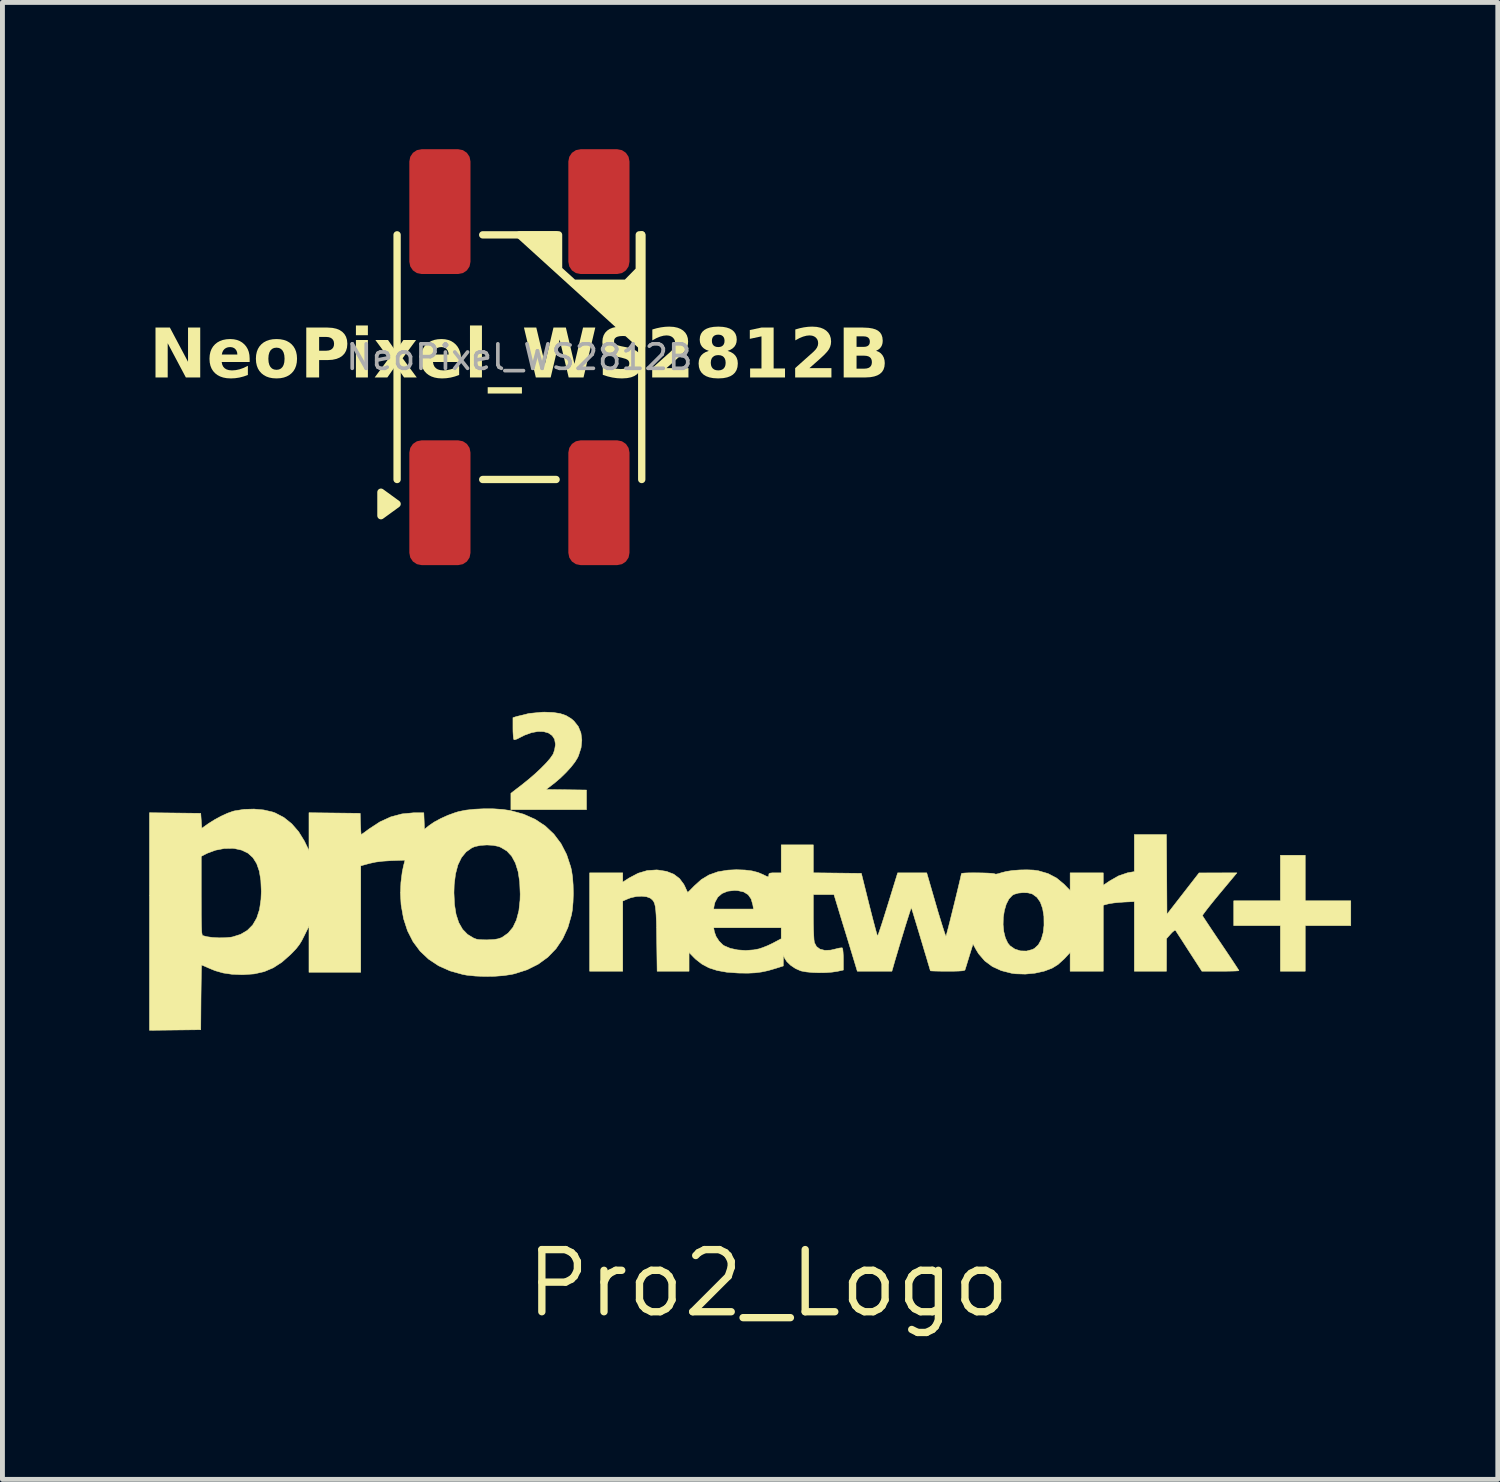
<source format=kicad_pcb>
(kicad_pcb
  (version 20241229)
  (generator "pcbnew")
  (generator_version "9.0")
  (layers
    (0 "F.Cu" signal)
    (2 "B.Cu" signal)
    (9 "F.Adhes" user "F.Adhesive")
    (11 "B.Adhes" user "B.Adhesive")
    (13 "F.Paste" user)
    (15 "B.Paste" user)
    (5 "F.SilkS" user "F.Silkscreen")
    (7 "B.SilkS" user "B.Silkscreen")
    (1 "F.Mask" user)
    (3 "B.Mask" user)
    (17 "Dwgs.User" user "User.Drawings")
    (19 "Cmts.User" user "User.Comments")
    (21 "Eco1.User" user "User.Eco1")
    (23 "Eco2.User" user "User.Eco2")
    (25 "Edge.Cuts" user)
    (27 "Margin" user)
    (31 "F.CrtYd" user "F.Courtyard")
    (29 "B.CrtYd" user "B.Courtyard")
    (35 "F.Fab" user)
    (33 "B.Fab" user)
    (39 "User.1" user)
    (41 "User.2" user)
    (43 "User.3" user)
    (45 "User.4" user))
  (footprint "Pro2_Logo"
    (layer "F.Cu")
    (at 12.151 15.18)
    (property "Reference" "Pro2_Logo" (at 0.5 8 0) (layer "F.SilkS") (effects (font (size 1.27 1.27) (thickness 0.15))))
    (attr through_hole)
    (fp_poly (pts (xy 11.476 0.181) (xy 12.407 0.181) (xy 12.407 0.689) (xy 11.476 0.689) (xy 11.476 1.62) (xy 10.968 1.62) (xy 10.968 0.689) (xy 10.015 0.689) (xy 10.015 0.181) (xy 10.968 0.181) (xy 10.968 -0.75) (xy 11.476 -0.75) (xy 11.476 0.181)) (stroke (width 0.01) (type solid)) (fill yes) (layer "F.SilkS"))
    (fp_poly (pts (xy -3.894 -3.668) (xy -3.752 -3.646) (xy -3.634 -3.606) (xy -3.533 -3.546) (xy -3.471 -3.494) (xy -3.382 -3.382) (xy -3.328 -3.251) (xy -3.309 -3.104) (xy -3.325 -2.946) (xy -3.378 -2.783) (xy -3.397 -2.742) (xy -3.451 -2.654) (xy -3.532 -2.55) (xy -3.634 -2.439) (xy -3.747 -2.329) (xy -3.864 -2.229) (xy -3.894 -2.206) (xy -4.04 -2.094) (xy -3.214 -2.083) (xy -3.214 -1.682) (xy -4.759 -1.682) (xy -4.759 -2.017) (xy -4.531 -2.192) (xy -4.391 -2.305) (xy -4.258 -2.42) (xy -4.138 -2.533) (xy -4.035 -2.638) (xy -3.955 -2.731) (xy -3.903 -2.806) (xy -3.892 -2.825) (xy -3.865 -2.909) (xy -3.85 -3.001) (xy -3.849 -3.022) (xy -3.866 -3.121) (xy -3.915 -3.196) (xy -3.991 -3.249) (xy -4.09 -3.277) (xy -4.206 -3.28) (xy -4.337 -3.256) (xy -4.476 -3.206) (xy -4.564 -3.162) (xy -4.626 -3.13) (xy -4.675 -3.112) (xy -4.696 -3.111) (xy -4.705 -3.136) (xy -4.711 -3.194) (xy -4.716 -3.275) (xy -4.717 -3.343) (xy -4.717 -3.562) (xy -4.648 -3.584) (xy -4.388 -3.648) (xy -4.118 -3.674) (xy -4.069 -3.675) (xy -3.894 -3.668)) (stroke (width 0.01) (type solid)) (fill yes) (layer "F.SilkS"))
    (fp_poly (pts (xy -5.111 -1.699) (xy -4.925 -1.686) (xy -4.762 -1.662) (xy -4.759 -1.661) (xy -4.498 -1.589) (xy -4.264 -1.485) (xy -4.058 -1.349) (xy -3.882 -1.183) (xy -3.735 -0.988) (xy -3.62 -0.765) (xy -3.537 -0.514) (xy -3.52 -0.442) (xy -3.499 -0.305) (xy -3.487 -0.142) (xy -3.483 0.035) (xy -3.489 0.209) (xy -3.503 0.368) (xy -3.52 0.467) (xy -3.594 0.726) (xy -3.7 0.957) (xy -3.837 1.16) (xy -4.005 1.334) (xy -4.202 1.477) (xy -4.428 1.59) (xy -4.681 1.671) (xy -4.748 1.686) (xy -4.908 1.71) (xy -5.094 1.724) (xy -5.291 1.727) (xy -5.485 1.719) (xy -5.661 1.701) (xy -5.743 1.686) (xy -6.004 1.613) (xy -6.237 1.509) (xy -6.441 1.374) (xy -6.615 1.21) (xy -6.759 1.016) (xy -6.872 0.794) (xy -6.953 0.545) (xy -7.002 0.269) (xy -7.004 0.25) (xy -7.016 0.031) (xy -7.015 0.016) (xy -5.923 0.016) (xy -5.912 0.254) (xy -5.88 0.457) (xy -5.825 0.626) (xy -5.747 0.763) (xy -5.645 0.868) (xy -5.519 0.944) (xy -5.457 0.967) (xy -5.413 0.974) (xy -5.339 0.978) (xy -5.249 0.979) (xy -5.214 0.978) (xy -5.102 0.972) (xy -5.021 0.958) (xy -4.956 0.936) (xy -4.937 0.927) (xy -4.815 0.841) (xy -4.717 0.723) (xy -4.645 0.571) (xy -4.596 0.386) (xy -4.572 0.167) (xy -4.569 0.044) (xy -4.579 -0.203) (xy -4.611 -0.413) (xy -4.666 -0.589) (xy -4.742 -0.73) (xy -4.841 -0.837) (xy -4.964 -0.911) (xy -5.011 -0.93) (xy -5.122 -0.953) (xy -5.249 -0.96) (xy -5.378 -0.952) (xy -5.493 -0.928) (xy -5.555 -0.903) (xy -5.674 -0.819) (xy -5.769 -0.703) (xy -5.842 -0.552) (xy -5.891 -0.367) (xy -5.918 -0.148) (xy -5.923 0.016) (xy -7.015 0.016) (xy -7.007 -0.193) (xy -6.98 -0.407) (xy -6.953 -0.536) (xy -6.923 -0.65) (xy -7.201 -0.64) (xy -7.375 -0.629) (xy -7.52 -0.611) (xy -7.646 -0.584) (xy -7.653 -0.582) (xy -7.828 -0.534) (xy -7.828 1.642) (xy -8.886 1.642) (xy -8.886 1.171) (xy -8.886 0.7) (xy -8.985 0.9) (xy -9.036 1) (xy -9.086 1.08) (xy -9.145 1.156) (xy -9.223 1.239) (xy -9.265 1.281) (xy -9.439 1.435) (xy -9.616 1.55) (xy -9.802 1.629) (xy -10.005 1.675) (xy -10.231 1.691) (xy -10.262 1.691) (xy -10.464 1.682) (xy -10.64 1.656) (xy -10.805 1.609) (xy -10.931 1.557) (xy -11.001 1.526) (xy -11.053 1.504) (xy -11.079 1.494) (xy -11.08 1.493) (xy -11.082 1.514) (xy -11.084 1.571) (xy -11.086 1.661) (xy -11.088 1.778) (xy -11.09 1.917) (xy -11.092 2.073) (xy -11.093 2.155) (xy -11.098 2.816) (xy -12.146 2.828) (xy -12.146 -0.728) (xy -11.088 -0.728) (xy -11.088 0.076) (xy -11.087 0.287) (xy -11.087 0.459) (xy -11.085 0.596) (xy -11.083 0.702) (xy -11.08 0.78) (xy -11.076 0.835) (xy -11.07 0.869) (xy -11.064 0.887) (xy -11.058 0.892) (xy -10.97 0.915) (xy -10.854 0.931) (xy -10.725 0.938) (xy -10.596 0.936) (xy -10.482 0.925) (xy -10.448 0.919) (xy -10.283 0.867) (xy -10.146 0.786) (xy -10.036 0.675) (xy -9.954 0.534) (xy -9.897 0.36) (xy -9.867 0.154) (xy -9.86 -0.012) (xy -9.87 -0.236) (xy -9.901 -0.425) (xy -9.955 -0.58) (xy -10.032 -0.702) (xy -10.133 -0.793) (xy -10.259 -0.854) (xy -10.411 -0.888) (xy -10.448 -0.891) (xy -10.617 -0.888) (xy -10.794 -0.854) (xy -10.96 -0.793) (xy -10.982 -0.782) (xy -11.088 -0.728) (xy -12.146 -0.728) (xy -12.146 -1.619) (xy -11.622 -1.613) (xy -11.098 -1.607) (xy -11.077 -1.301) (xy -10.94 -1.398) (xy -10.816 -1.476) (xy -10.683 -1.548) (xy -10.553 -1.608) (xy -10.438 -1.649) (xy -10.41 -1.656) (xy -10.214 -1.688) (xy -10.009 -1.694) (xy -9.811 -1.676) (xy -9.63 -1.634) (xy -9.577 -1.615) (xy -9.4 -1.523) (xy -9.239 -1.394) (xy -9.098 -1.232) (xy -8.979 -1.039) (xy -8.961 -1.001) (xy -8.886 -0.847) (xy -8.886 -1.619) (xy -8.362 -1.613) (xy -7.839 -1.607) (xy -7.833 -1.391) (xy -7.829 -1.3) (xy -7.825 -1.229) (xy -7.821 -1.184) (xy -7.818 -1.174) (xy -7.799 -1.185) (xy -7.753 -1.217) (xy -7.691 -1.263) (xy -7.656 -1.289) (xy -7.437 -1.432) (xy -7.214 -1.534) (xy -6.985 -1.595) (xy -6.745 -1.618) (xy -6.725 -1.618) (xy -6.539 -1.618) (xy -6.532 -1.449) (xy -6.526 -1.28) (xy -6.431 -1.357) (xy -6.327 -1.428) (xy -6.194 -1.5) (xy -6.046 -1.567) (xy -5.897 -1.621) (xy -5.828 -1.642) (xy -5.678 -1.672) (xy -5.501 -1.691) (xy -5.307 -1.7) (xy -5.111 -1.699)) (stroke (width 0.01) (type solid)) (fill yes) (layer "F.SilkS"))
    (fp_poly (pts (xy 8.645 -0.359) (xy 8.65 0.456) (xy 9.306 -0.389) (xy 10.08 -0.39) (xy 9.725 0.036) (xy 9.63 0.151) (xy 9.545 0.256) (xy 9.474 0.346) (xy 9.42 0.417) (xy 9.386 0.464) (xy 9.376 0.483) (xy 9.389 0.506) (xy 9.423 0.558) (xy 9.475 0.637) (xy 9.542 0.738) (xy 9.621 0.856) (xy 9.709 0.987) (xy 9.752 1.05) (xy 9.843 1.185) (xy 9.926 1.309) (xy 9.998 1.417) (xy 10.056 1.505) (xy 10.097 1.568) (xy 10.119 1.603) (xy 10.121 1.608) (xy 10.101 1.612) (xy 10.046 1.616) (xy 9.961 1.618) (xy 9.854 1.62) (xy 9.742 1.62) (xy 9.364 1.62) (xy 9.102 1.215) (xy 9.026 1.097) (xy 8.958 0.991) (xy 8.9 0.902) (xy 8.856 0.834) (xy 8.831 0.794) (xy 8.825 0.786) (xy 8.803 0.787) (xy 8.762 0.82) (xy 8.726 0.858) (xy 8.641 0.954) (xy 8.641 1.287) (xy 8.64 1.62) (xy 7.983 1.62) (xy 7.983 0.197) (xy 7.767 0.207) (xy 7.662 0.215) (xy 7.561 0.225) (xy 7.479 0.238) (xy 7.449 0.244) (xy 7.348 0.271) (xy 7.348 1.62) (xy 6.671 1.62) (xy 6.671 1.237) (xy 6.553 1.365) (xy 6.422 1.484) (xy 6.302 1.558) (xy 6.14 1.619) (xy 5.954 1.66) (xy 5.756 1.679) (xy 5.56 1.673) (xy 5.477 1.662) (xy 5.264 1.608) (xy 5.081 1.524) (xy 4.926 1.409) (xy 4.8 1.263) (xy 4.748 1.178) (xy 4.686 1.064) (xy 4.608 1.316) (xy 4.578 1.414) (xy 4.552 1.499) (xy 4.532 1.562) (xy 4.522 1.593) (xy 4.522 1.594) (xy 4.507 1.604) (xy 4.466 1.612) (xy 4.396 1.617) (xy 4.292 1.62) (xy 4.164 1.62) (xy 4.047 1.62) (xy 3.947 1.618) (xy 3.871 1.616) (xy 3.824 1.613) (xy 3.814 1.61) (xy 3.808 1.589) (xy 3.792 1.534) (xy 3.766 1.449) (xy 3.735 1.342) (xy 3.697 1.218) (xy 3.657 1.083) (xy 3.615 0.943) (xy 3.573 0.803) (xy 3.533 0.671) (xy 3.496 0.55) (xy 3.466 0.449) (xy 3.442 0.372) (xy 3.427 0.325) (xy 3.426 0.32) (xy 3.419 0.336) (xy 3.402 0.386) (xy 3.376 0.466) (xy 3.343 0.57) (xy 3.304 0.693) (xy 3.263 0.829) (xy 3.219 0.973) (xy 3.175 1.118) (xy 3.133 1.261) (xy 3.093 1.394) (xy 3.059 1.513) (xy 3.048 1.552) (xy 3.028 1.62) (xy 2.675 1.62) (xy 2.321 1.62) (xy 2.133 1.001) (xy 2.083 0.837) (xy 2.034 0.679) (xy 1.989 0.532) (xy 1.95 0.403) (xy 1.919 0.3) (xy 1.897 0.229) (xy 1.894 0.218) (xy 1.844 0.054) (xy 1.422 0.054) (xy 1.422 0.504) (xy 1.423 0.646) (xy 1.426 0.776) (xy 1.431 0.889) (xy 1.436 0.975) (xy 1.443 1.028) (xy 1.444 1.034) (xy 1.487 1.116) (xy 1.558 1.169) (xy 1.657 1.194) (xy 1.778 1.189) (xy 1.884 1.164) (xy 1.949 1.148) (xy 1.998 1.142) (xy 2.015 1.144) (xy 2.024 1.17) (xy 2.03 1.228) (xy 2.035 1.309) (xy 2.036 1.377) (xy 2.036 1.596) (xy 1.914 1.623) (xy 1.806 1.639) (xy 1.676 1.649) (xy 1.536 1.651) (xy 1.399 1.646) (xy 1.275 1.634) (xy 1.179 1.616) (xy 1.163 1.612) (xy 1.057 1.565) (xy 0.959 1.499) (xy 0.881 1.424) (xy 0.838 1.357) (xy 0.81 1.292) (xy 0.809 1.403) (xy 0.808 1.513) (xy 0.641 1.566) (xy 0.496 1.608) (xy 0.364 1.636) (xy 0.231 1.653) (xy 0.086 1.66) (xy -0.086 1.658) (xy -0.12 1.657) (xy -0.349 1.64) (xy -0.544 1.605) (xy -0.711 1.551) (xy -0.854 1.475) (xy -0.981 1.376) (xy -1.016 1.342) (xy -1.118 1.237) (xy -1.118 1.62) (xy -1.77 1.62) (xy -1.779 0.97) (xy -1.782 0.768) (xy -1.782 0.731) (xy -0.615 0.731) (xy -0.601 0.811) (xy -0.567 0.908) (xy -0.505 1.004) (xy -0.428 1.081) (xy -0.4 1.1) (xy -0.275 1.153) (xy -0.124 1.185) (xy 0.04 1.196) (xy 0.206 1.184) (xy 0.308 1.164) (xy 0.39 1.137) (xy 0.49 1.097) (xy 0.587 1.051) (xy 0.602 1.043) (xy 0.766 0.956) (xy 0.766 0.731) (xy -0.615 0.731) (xy -1.782 0.731) (xy -1.785 0.605) (xy -1.791 0.475) (xy -1.798 0.374) (xy -1.801 0.35) (xy -0.616 0.35) (xy 0.2 0.35) (xy 0.185 0.261) (xy 0.151 0.143) (xy 0.09 0.056) (xy 0 0) (xy -0.12 -0.027) (xy -0.189 -0.031) (xy -0.329 -0.015) (xy -0.444 0.032) (xy -0.531 0.107) (xy -0.587 0.209) (xy -0.604 0.276) (xy -0.616 0.35) (xy -1.801 0.35) (xy -1.808 0.297) (xy -1.822 0.239) (xy -1.84 0.197) (xy -1.863 0.166) (xy -1.892 0.14) (xy -1.913 0.125) (xy -1.986 0.098) (xy -2.084 0.087) (xy -2.195 0.093) (xy -2.304 0.117) (xy -2.362 0.138) (xy -2.473 0.186) (xy -2.473 1.62) (xy -3.15 1.62) (xy -3.15 -0.39) (xy -2.473 -0.39) (xy -2.473 -0.201) (xy -2.341 -0.286) (xy -2.159 -0.382) (xy -1.974 -0.437) (xy -1.784 -0.45) (xy -1.753 -0.448) (xy -1.577 -0.42) (xy -1.431 -0.363) (xy -1.313 -0.274) (xy -1.225 -0.156) (xy -1.203 -0.112) (xy -1.175 -0.05) (xy -1.154 -0.006) (xy -1.147 0.009) (xy -1.131 -0.002) (xy -1.094 -0.038) (xy -1.041 -0.092) (xy -1.011 -0.123) (xy -0.868 -0.252) (xy -0.709 -0.348) (xy -0.529 -0.412) (xy -0.323 -0.446) (xy -0.152 -0.454) (xy 0.024 -0.448) (xy 0.168 -0.43) (xy 0.292 -0.398) (xy 0.392 -0.356) (xy 0.457 -0.324) (xy 0.493 -0.31) (xy 0.508 -0.314) (xy 0.512 -0.333) (xy 0.512 -0.348) (xy 0.516 -0.372) (xy 0.537 -0.384) (xy 0.582 -0.39) (xy 0.639 -0.39) (xy 0.766 -0.39) (xy 0.766 -0.962) (xy 1.422 -0.962) (xy 1.422 -0.391) (xy 2.404 -0.38) (xy 2.563 0.26) (xy 2.603 0.418) (xy 2.64 0.562) (xy 2.673 0.686) (xy 2.7 0.787) (xy 2.72 0.858) (xy 2.733 0.896) (xy 2.735 0.901) (xy 2.744 0.881) (xy 2.764 0.826) (xy 2.793 0.74) (xy 2.83 0.628) (xy 2.872 0.495) (xy 2.919 0.345) (xy 2.947 0.255) (xy 3.146 -0.39) (xy 3.443 -0.39) (xy 3.74 -0.39) (xy 3.93 0.265) (xy 3.976 0.423) (xy 4.02 0.566) (xy 4.058 0.69) (xy 4.09 0.79) (xy 4.114 0.861) (xy 4.129 0.9) (xy 4.133 0.905) (xy 4.141 0.882) (xy 4.156 0.825) (xy 4.179 0.738) (xy 4.197 0.668) (xy 5.301 0.668) (xy 5.315 0.81) (xy 5.347 0.939) (xy 5.397 1.045) (xy 5.442 1.1) (xy 5.541 1.168) (xy 5.658 1.205) (xy 5.781 1.208) (xy 5.898 1.177) (xy 5.941 1.155) (xy 6.021 1.081) (xy 6.081 0.971) (xy 6.121 0.829) (xy 6.137 0.683) (xy 6.135 0.499) (xy 6.109 0.34) (xy 6.062 0.209) (xy 5.993 0.11) (xy 5.904 0.045) (xy 5.891 0.039) (xy 5.808 0.018) (xy 5.708 0.014) (xy 5.609 0.024) (xy 5.525 0.049) (xy 5.491 0.068) (xy 5.42 0.144) (xy 5.365 0.251) (xy 5.327 0.38) (xy 5.305 0.522) (xy 5.301 0.668) (xy 4.197 0.668) (xy 4.207 0.629) (xy 4.238 0.503) (xy 4.272 0.366) (xy 4.307 0.225) (xy 4.341 0.086) (xy 4.373 -0.046) (xy 4.401 -0.163) (xy 4.424 -0.26) (xy 4.44 -0.332) (xy 4.448 -0.371) (xy 4.449 -0.375) (xy 4.468 -0.382) (xy 4.522 -0.387) (xy 4.6 -0.39) (xy 4.695 -0.391) (xy 4.798 -0.39) (xy 4.9 -0.388) (xy 4.993 -0.385) (xy 5.068 -0.38) (xy 5.116 -0.374) (xy 5.13 -0.369) (xy 5.153 -0.363) (xy 5.207 -0.374) (xy 5.264 -0.392) (xy 5.364 -0.418) (xy 5.493 -0.438) (xy 5.637 -0.449) (xy 5.784 -0.452) (xy 5.92 -0.447) (xy 6.021 -0.433) (xy 6.22 -0.375) (xy 6.394 -0.284) (xy 6.545 -0.159) (xy 6.546 -0.158) (xy 6.671 -0.029) (xy 6.671 -0.39) (xy 7.348 -0.39) (xy 7.348 -0.136) (xy 7.476 -0.223) (xy 7.66 -0.328) (xy 7.844 -0.391) (xy 7.894 -0.4) (xy 7.983 -0.415) (xy 7.983 -1.174) (xy 8.639 -1.174) (xy 8.645 -0.359)) (stroke (width 0.01) (type solid)) (fill yes) (layer "F.SilkS")))
  (footprint "NeoPixel_WS2812B"
    (layer "F.Cu")
    (at 7.566 4.25)
    (property "Reference" "NeoPixel_WS2812B" (at 0 0 0) (layer "F.SilkS") (effects (font (face "Segoe UI This") (size 1 1) (thickness 0.2) (bold yes))))
    (attr smd)
    (fp_line (start -2.5 2.5) (end -2.5 -2.5) (stroke (width 0.15) (type solid)) (layer "F.SilkS"))
    (fp_line (start -0.75 -2.5) (end 0.75 -2.5) (stroke (width 0.15) (type solid)) (layer "F.SilkS"))
    (fp_line (start 0.75 2.5) (end -0.75 2.5) (stroke (width 0.15) (type solid)) (layer "F.SilkS"))
    (fp_line (start 2.5 -2.5) (end 2.5 2.5) (stroke (width 0.15) (type solid)) (layer "F.SilkS"))
    (fp_poly (pts (xy -2.5 3) (xy -2.83 3.24) (xy -2.83 2.76) (xy -2.5 3)) (stroke (width 0.15) (type solid)) (fill yes) (layer "F.SilkS"))
    (fp_poly (pts (xy 0 -2.5) (xy 2.5 -0.23) (xy 2.5 -0.987) (xy 2.5 -2.5) (xy 2.45 -2.5) (xy 2.45 -1.779) (xy 2.186 -1.51) (xy 1.108 -1.51) (xy 0.8 -1.79) (xy 0.8 -2.5)) (stroke (width 0.15) (type solid)) (fill yes) (layer "F.SilkS"))
    (fp_text user "${REFERENCE}" (at 0 0 0) (layer "F.Fab") (effects (font (size 0.5 0.5) (thickness 0.075))))
    (pad "1" smd roundrect (at -1.625 2.975 90) (size 2.55 1.25) (layers "F.Cu" "F.Mask" "F.Paste") (roundrect_rratio 0.2))
    (pad "2" smd roundrect (at 1.625 2.975 90) (size 2.55 1.25) (layers "F.Cu" "F.Mask" "F.Paste") (roundrect_rratio 0.2))
    (pad "3" smd roundrect (at 1.625 -2.975 90) (size 2.55 1.25) (layers "F.Cu" "F.Mask" "F.Paste") (roundrect_rratio 0.2))
    (pad "4" smd roundrect (at -1.625 -2.975 90) (size 2.55 1.25) (layers "F.Cu" "F.Mask" "F.Paste") (roundrect_rratio 0.2)))
  (gr_rect
    (start -3 -3)
    (end 27.563 27.186)
    (stroke (width 0.1) (type default))
    (fill no)
    (layer "Edge.Cuts")))
</source>
